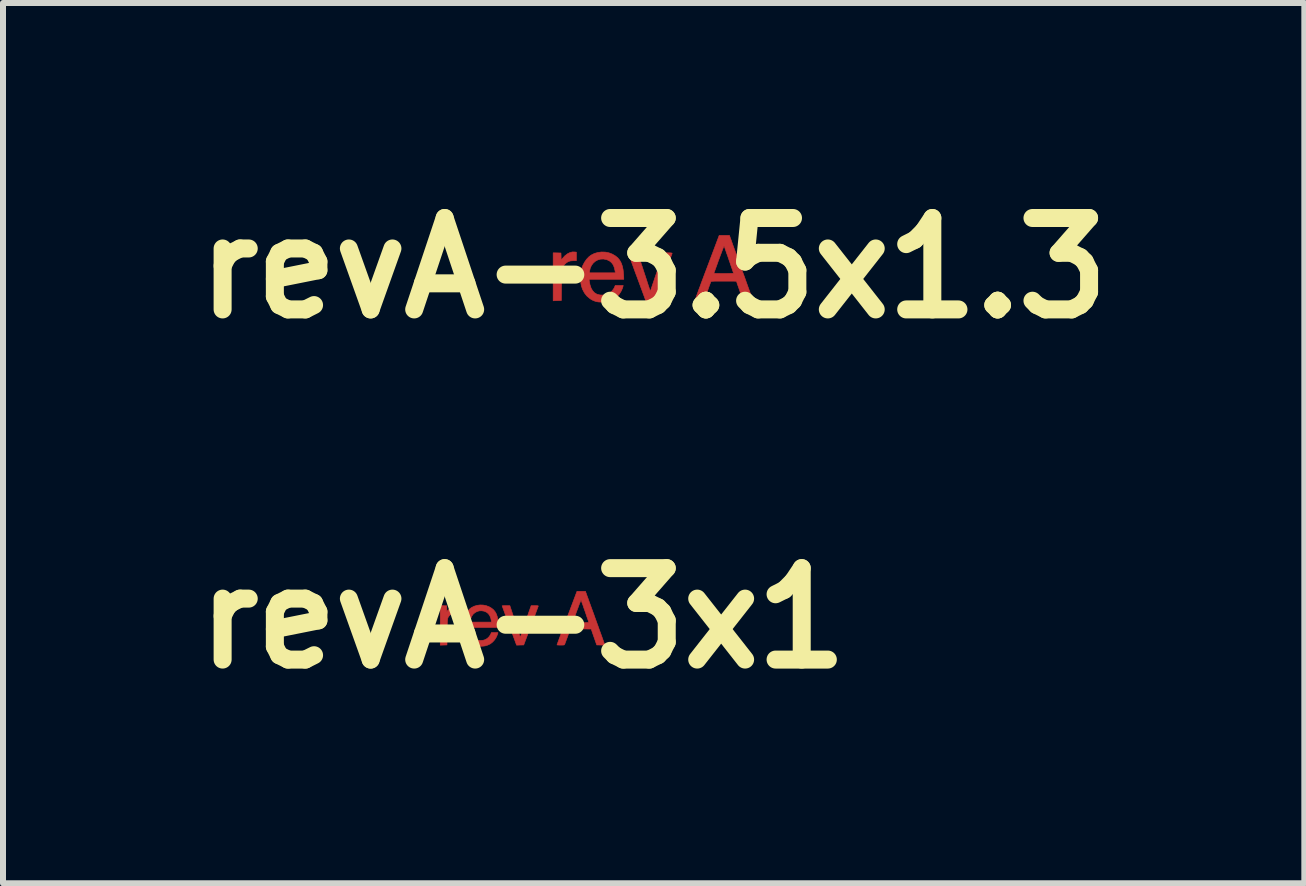
<source format=kicad_pcb>
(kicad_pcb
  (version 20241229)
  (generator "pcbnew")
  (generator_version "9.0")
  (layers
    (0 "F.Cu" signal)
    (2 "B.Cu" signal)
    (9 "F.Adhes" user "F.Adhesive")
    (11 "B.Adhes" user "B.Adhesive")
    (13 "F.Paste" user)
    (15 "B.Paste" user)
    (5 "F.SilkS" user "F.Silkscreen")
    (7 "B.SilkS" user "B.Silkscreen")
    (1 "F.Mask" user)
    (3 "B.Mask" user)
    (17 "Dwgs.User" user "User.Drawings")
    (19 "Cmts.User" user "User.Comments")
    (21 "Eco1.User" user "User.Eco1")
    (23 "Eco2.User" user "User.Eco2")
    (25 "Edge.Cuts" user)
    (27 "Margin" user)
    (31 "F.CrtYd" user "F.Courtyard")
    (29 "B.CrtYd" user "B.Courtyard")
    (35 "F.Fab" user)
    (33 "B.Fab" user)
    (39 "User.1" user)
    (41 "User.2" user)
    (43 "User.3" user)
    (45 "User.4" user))
  (footprint "revA-3x1"
    (layer "F.Cu")
    (at 5.668 7.254)
    (property "Reference" "revA-3x1" (at 0 0 0) (layer "F.SilkS") (effects (font (size 1.524 1.524) (thickness 0.3))))
    (attr through_hole)
    (fp_poly (pts (xy -1.08 -0.221) (xy -1.061 -0.218) (xy -1.061 -0.16) (xy -1.061 -0.102) (xy -1.102 -0.102) (xy -1.139 -0.099) (xy -1.17 -0.089) (xy -1.197 -0.073) (xy -1.218 -0.054) (xy -1.228 -0.043) (xy -1.237 -0.033) (xy -1.244 -0.024) (xy -1.249 -0.014) (xy -1.254 -0.002) (xy -1.257 0.013) (xy -1.26 0.032) (xy -1.261 0.055) (xy -1.263 0.084) (xy -1.264 0.12) (xy -1.264 0.163) (xy -1.265 0.215) (xy -1.265 0.232) (xy -1.268 0.446) (xy -1.38 0.449) (xy -1.38 -0.21) (xy -1.326 -0.208) (xy -1.272 -0.207) (xy -1.27 -0.109) (xy -1.251 -0.133) (xy -1.219 -0.168) (xy -1.185 -0.195) (xy -1.15 -0.213) (xy -1.115 -0.222) (xy -1.08 -0.221)) (stroke (width 0.01) (type solid)) (fill yes) (layer "F.Cu"))
    (fp_poly (pts (xy -0.167 -0.049) (xy -0.153 -0.004) (xy -0.137 0.042) (xy -0.122 0.089) (xy -0.107 0.134) (xy -0.094 0.174) (xy -0.083 0.208) (xy -0.08 0.216) (xy -0.046 0.319) (xy 0.035 0.081) (xy 0.051 0.034) (xy 0.067 -0.012) (xy 0.081 -0.054) (xy 0.094 -0.092) (xy 0.105 -0.125) (xy 0.115 -0.151) (xy 0.121 -0.171) (xy 0.125 -0.182) (xy 0.126 -0.183) (xy 0.135 -0.209) (xy 0.195 -0.209) (xy 0.221 -0.209) (xy 0.24 -0.208) (xy 0.25 -0.206) (xy 0.254 -0.204) (xy 0.254 -0.203) (xy 0.252 -0.197) (xy 0.247 -0.183) (xy 0.239 -0.161) (xy 0.228 -0.132) (xy 0.215 -0.097) (xy 0.2 -0.057) (xy 0.183 -0.011) (xy 0.165 0.038) (xy 0.145 0.09) (xy 0.132 0.125) (xy 0.011 0.446) (xy -0.048 0.447) (xy -0.108 0.449) (xy -0.228 0.122) (xy -0.248 0.068) (xy -0.267 0.016) (xy -0.285 -0.032) (xy -0.301 -0.075) (xy -0.315 -0.114) (xy -0.327 -0.147) (xy -0.337 -0.174) (xy -0.344 -0.193) (xy -0.348 -0.204) (xy -0.349 -0.206) (xy -0.344 -0.207) (xy -0.331 -0.208) (xy -0.312 -0.209) (xy -0.289 -0.209) (xy -0.284 -0.209) (xy -0.22 -0.209) (xy -0.167 -0.049)) (stroke (width 0.01) (type solid)) (fill yes) (layer "F.Cu"))
    (fp_poly (pts (xy -0.664 -0.219) (xy -0.614 -0.209) (xy -0.566 -0.191) (xy -0.564 -0.19) (xy -0.525 -0.167) (xy -0.492 -0.14) (xy -0.466 -0.108) (xy -0.445 -0.07) (xy -0.43 -0.026) (xy -0.419 0.025) (xy -0.413 0.084) (xy -0.412 0.106) (xy -0.41 0.154) (xy -0.887 0.154) (xy -0.884 0.178) (xy -0.874 0.231) (xy -0.859 0.275) (xy -0.838 0.311) (xy -0.813 0.338) (xy -0.782 0.357) (xy -0.77 0.362) (xy -0.738 0.369) (xy -0.702 0.371) (xy -0.667 0.368) (xy -0.635 0.359) (xy -0.63 0.357) (xy -0.596 0.337) (xy -0.568 0.31) (xy -0.545 0.278) (xy -0.54 0.268) (xy -0.527 0.239) (xy -0.419 0.239) (xy -0.421 0.255) (xy -0.425 0.267) (xy -0.432 0.284) (xy -0.441 0.305) (xy -0.445 0.314) (xy -0.472 0.358) (xy -0.506 0.396) (xy -0.545 0.427) (xy -0.591 0.449) (xy -0.631 0.461) (xy -0.659 0.465) (xy -0.691 0.467) (xy -0.725 0.467) (xy -0.756 0.465) (xy -0.781 0.462) (xy -0.785 0.461) (xy -0.815 0.452) (xy -0.839 0.441) (xy -0.864 0.427) (xy -0.88 0.415) (xy -0.919 0.382) (xy -0.951 0.341) (xy -0.976 0.293) (xy -0.992 0.245) (xy -0.998 0.214) (xy -1.002 0.176) (xy -1.003 0.135) (xy -1.002 0.093) (xy -1 0.065) (xy -0.883 0.065) (xy -0.527 0.065) (xy -0.529 0.041) (xy -0.539 -0.005) (xy -0.555 -0.043) (xy -0.578 -0.075) (xy -0.607 -0.099) (xy -0.643 -0.115) (xy -0.647 -0.117) (xy -0.689 -0.124) (xy -0.729 -0.123) (xy -0.766 -0.112) (xy -0.8 -0.094) (xy -0.83 -0.069) (xy -0.853 -0.037) (xy -0.87 0.001) (xy -0.88 0.041) (xy -0.883 0.065) (xy -1 0.065) (xy -0.999 0.054) (xy -0.993 0.021) (xy -0.992 0.017) (xy -0.975 -0.032) (xy -0.951 -0.079) (xy -0.921 -0.12) (xy -0.888 -0.155) (xy -0.858 -0.178) (xy -0.814 -0.2) (xy -0.766 -0.214) (xy -0.715 -0.221) (xy -0.664 -0.219)) (stroke (width 0.01) (type solid)) (fill yes) (layer "F.Cu"))
    (fp_poly (pts (xy 1.045 -0.435) (xy 1.047 -0.428) (xy 1.053 -0.413) (xy 1.061 -0.389) (xy 1.072 -0.359) (xy 1.086 -0.322) (xy 1.101 -0.278) (xy 1.119 -0.23) (xy 1.138 -0.177) (xy 1.159 -0.12) (xy 1.181 -0.06) (xy 1.203 0.003) (xy 1.205 0.007) (xy 1.227 0.069) (xy 1.249 0.129) (xy 1.269 0.186) (xy 1.288 0.238) (xy 1.306 0.287) (xy 1.321 0.329) (xy 1.334 0.366) (xy 1.345 0.397) (xy 1.353 0.42) (xy 1.358 0.435) (xy 1.36 0.441) (xy 1.36 0.441) (xy 1.358 0.444) (xy 1.353 0.446) (xy 1.342 0.447) (xy 1.325 0.448) (xy 1.3 0.447) (xy 1.294 0.447) (xy 1.228 0.446) (xy 1.182 0.314) (xy 1.17 0.28) (xy 1.159 0.249) (xy 1.15 0.222) (xy 1.143 0.201) (xy 1.138 0.187) (xy 1.136 0.181) (xy 1.136 0.181) (xy 1.131 0.18) (xy 1.117 0.18) (xy 1.096 0.18) (xy 1.068 0.18) (xy 1.035 0.179) (xy 0.997 0.179) (xy 0.962 0.179) (xy 0.915 0.179) (xy 0.878 0.179) (xy 0.849 0.18) (xy 0.826 0.18) (xy 0.81 0.181) (xy 0.799 0.182) (xy 0.791 0.183) (xy 0.787 0.185) (xy 0.785 0.187) (xy 0.784 0.188) (xy 0.782 0.195) (xy 0.776 0.21) (xy 0.769 0.231) (xy 0.759 0.258) (xy 0.748 0.289) (xy 0.739 0.314) (xy 0.727 0.346) (xy 0.716 0.376) (xy 0.706 0.402) (xy 0.699 0.422) (xy 0.694 0.435) (xy 0.692 0.439) (xy 0.688 0.443) (xy 0.683 0.446) (xy 0.672 0.447) (xy 0.655 0.448) (xy 0.631 0.448) (xy 0.628 0.448) (xy 0.604 0.448) (xy 0.585 0.447) (xy 0.572 0.446) (xy 0.566 0.445) (xy 0.568 0.439) (xy 0.573 0.426) (xy 0.58 0.404) (xy 0.591 0.375) (xy 0.604 0.339) (xy 0.62 0.297) (xy 0.637 0.249) (xy 0.657 0.197) (xy 0.678 0.141) (xy 0.7 0.081) (xy 0.705 0.068) (xy 0.828 0.068) (xy 0.829 0.07) (xy 0.835 0.072) (xy 0.847 0.073) (xy 0.866 0.074) (xy 0.892 0.074) (xy 0.926 0.075) (xy 0.961 0.075) (xy 0.998 0.075) (xy 1.031 0.074) (xy 1.059 0.073) (xy 1.079 0.072) (xy 1.092 0.071) (xy 1.096 0.07) (xy 1.094 0.065) (xy 1.09 0.051) (xy 1.083 0.03) (xy 1.074 0.004) (xy 1.063 -0.027) (xy 1.052 -0.061) (xy 1.04 -0.096) (xy 1.027 -0.133) (xy 1.014 -0.169) (xy 1.003 -0.203) (xy 0.992 -0.234) (xy 0.982 -0.26) (xy 0.975 -0.282) (xy 0.969 -0.296) (xy 0.967 -0.302) (xy 0.967 -0.302) (xy 0.965 -0.299) (xy 0.959 -0.287) (xy 0.952 -0.268) (xy 0.941 -0.242) (xy 0.929 -0.211) (xy 0.916 -0.174) (xy 0.901 -0.135) (xy 0.885 -0.092) (xy 0.869 -0.048) (xy 0.853 -0.003) (xy 0.837 0.043) (xy 0.828 0.068) (xy 0.705 0.068) (xy 0.724 0.018) (xy 0.732 -0.004) (xy 0.899 -0.448) (xy 0.969 -0.448) (xy 1.04 -0.448) (xy 1.045 -0.435)) (stroke (width 0.01) (type solid)) (fill yes) (layer "F.Cu")))
  (footprint "revA-3.5x1.3"
    (layer "F.Cu")
    (at 7.845 1.418)
    (property "Reference" "revA-3.5x1.3" (at 0 0 0) (layer "F.SilkS") (effects (font (size 1.524 1.524) (thickness 0.3))))
    (attr through_hole)
    (fp_poly (pts (xy -1.312 -0.268) (xy -1.288 -0.265) (xy -1.288 -0.194) (xy -1.288 -0.124) (xy -1.338 -0.123) (xy -1.383 -0.12) (xy -1.421 -0.109) (xy -1.454 -0.089) (xy -1.479 -0.066) (xy -1.491 -0.052) (xy -1.502 -0.041) (xy -1.51 -0.029) (xy -1.517 -0.017) (xy -1.522 -0.002) (xy -1.526 0.016) (xy -1.529 0.039) (xy -1.532 0.067) (xy -1.533 0.102) (xy -1.534 0.145) (xy -1.535 0.198) (xy -1.536 0.261) (xy -1.536 0.281) (xy -1.539 0.541) (xy -1.607 0.543) (xy -1.675 0.545) (xy -1.675 -0.254) (xy -1.61 -0.253) (xy -1.545 -0.251) (xy -1.543 -0.192) (xy -1.542 -0.133) (xy -1.519 -0.162) (xy -1.48 -0.204) (xy -1.438 -0.237) (xy -1.396 -0.258) (xy -1.353 -0.269) (xy -1.312 -0.268)) (stroke (width 0.01) (type solid)) (fill yes) (layer "F.Cu"))
    (fp_poly (pts (xy -0.203 -0.059) (xy -0.185 -0.005) (xy -0.167 0.051) (xy -0.148 0.108) (xy -0.13 0.163) (xy -0.114 0.212) (xy -0.101 0.253) (xy -0.098 0.262) (xy -0.056 0.388) (xy 0.042 0.099) (xy 0.062 0.041) (xy 0.081 -0.014) (xy 0.098 -0.065) (xy 0.114 -0.112) (xy 0.128 -0.152) (xy 0.139 -0.184) (xy 0.147 -0.208) (xy 0.152 -0.221) (xy 0.153 -0.222) (xy 0.164 -0.254) (xy 0.236 -0.254) (xy 0.269 -0.254) (xy 0.291 -0.252) (xy 0.303 -0.25) (xy 0.308 -0.247) (xy 0.308 -0.246) (xy 0.306 -0.24) (xy 0.3 -0.222) (xy 0.29 -0.196) (xy 0.277 -0.161) (xy 0.262 -0.118) (xy 0.243 -0.069) (xy 0.223 -0.014) (xy 0.2 0.046) (xy 0.176 0.11) (xy 0.161 0.151) (xy 0.013 0.541) (xy -0.059 0.543) (xy -0.131 0.545) (xy -0.277 0.149) (xy -0.302 0.083) (xy -0.325 0.02) (xy -0.346 -0.038) (xy -0.366 -0.092) (xy -0.383 -0.139) (xy -0.397 -0.179) (xy -0.409 -0.211) (xy -0.418 -0.234) (xy -0.422 -0.248) (xy -0.423 -0.251) (xy -0.418 -0.252) (xy -0.402 -0.253) (xy -0.379 -0.254) (xy -0.351 -0.254) (xy -0.345 -0.254) (xy -0.267 -0.254) (xy -0.203 -0.059)) (stroke (width 0.01) (type solid)) (fill yes) (layer "F.Cu"))
    (fp_poly (pts (xy -0.806 -0.266) (xy -0.745 -0.254) (xy -0.688 -0.232) (xy -0.685 -0.23) (xy -0.637 -0.202) (xy -0.598 -0.17) (xy -0.566 -0.131) (xy -0.541 -0.085) (xy -0.522 -0.032) (xy -0.509 0.03) (xy -0.502 0.102) (xy -0.5 0.129) (xy -0.498 0.187) (xy -1.077 0.187) (xy -1.073 0.216) (xy -1.061 0.28) (xy -1.043 0.334) (xy -1.018 0.377) (xy -0.987 0.411) (xy -0.949 0.434) (xy -0.935 0.439) (xy -0.896 0.448) (xy -0.853 0.45) (xy -0.81 0.446) (xy -0.771 0.436) (xy -0.765 0.433) (xy -0.724 0.409) (xy -0.689 0.376) (xy -0.662 0.338) (xy -0.656 0.326) (xy -0.64 0.29) (xy -0.508 0.29) (xy -0.512 0.31) (xy -0.516 0.324) (xy -0.524 0.345) (xy -0.535 0.37) (xy -0.54 0.381) (xy -0.573 0.435) (xy -0.614 0.481) (xy -0.662 0.518) (xy -0.717 0.545) (xy -0.766 0.56) (xy -0.8 0.565) (xy -0.84 0.567) (xy -0.88 0.567) (xy -0.918 0.565) (xy -0.949 0.56) (xy -0.954 0.559) (xy -0.989 0.548) (xy -1.019 0.535) (xy -1.049 0.518) (xy -1.068 0.504) (xy -1.115 0.464) (xy -1.154 0.414) (xy -1.185 0.355) (xy -1.205 0.297) (xy -1.212 0.259) (xy -1.217 0.213) (xy -1.218 0.163) (xy -1.217 0.113) (xy -1.214 0.079) (xy -1.072 0.079) (xy -0.639 0.079) (xy -0.643 0.05) (xy -0.655 -0.006) (xy -0.674 -0.053) (xy -0.702 -0.091) (xy -0.738 -0.12) (xy -0.781 -0.14) (xy -0.786 -0.141) (xy -0.836 -0.151) (xy -0.885 -0.149) (xy -0.931 -0.136) (xy -0.972 -0.114) (xy -1.007 -0.083) (xy -1.036 -0.045) (xy -1.057 0.001) (xy -1.068 0.05) (xy -1.072 0.079) (xy -1.214 0.079) (xy -1.213 0.066) (xy -1.206 0.026) (xy -1.204 0.021) (xy -1.183 -0.039) (xy -1.154 -0.095) (xy -1.119 -0.146) (xy -1.078 -0.189) (xy -1.042 -0.216) (xy -0.989 -0.243) (xy -0.93 -0.26) (xy -0.869 -0.268) (xy -0.806 -0.266)) (stroke (width 0.01) (type solid)) (fill yes) (layer "F.Cu"))
    (fp_poly (pts (xy 1.269 -0.528) (xy 1.272 -0.52) (xy 1.278 -0.501) (xy 1.289 -0.473) (xy 1.302 -0.436) (xy 1.318 -0.39) (xy 1.337 -0.338) (xy 1.359 -0.279) (xy 1.382 -0.215) (xy 1.407 -0.146) (xy 1.434 -0.073) (xy 1.461 0.003) (xy 1.463 0.008) (xy 1.49 0.084) (xy 1.517 0.157) (xy 1.541 0.226) (xy 1.564 0.29) (xy 1.585 0.348) (xy 1.604 0.4) (xy 1.62 0.445) (xy 1.633 0.482) (xy 1.642 0.51) (xy 1.649 0.528) (xy 1.651 0.536) (xy 1.651 0.536) (xy 1.649 0.539) (xy 1.643 0.542) (xy 1.63 0.543) (xy 1.609 0.543) (xy 1.578 0.543) (xy 1.571 0.543) (xy 1.491 0.541) (xy 1.435 0.381) (xy 1.421 0.339) (xy 1.408 0.302) (xy 1.396 0.27) (xy 1.388 0.244) (xy 1.382 0.227) (xy 1.379 0.219) (xy 1.379 0.219) (xy 1.373 0.219) (xy 1.357 0.219) (xy 1.331 0.218) (xy 1.297 0.218) (xy 1.256 0.218) (xy 1.21 0.218) (xy 1.168 0.218) (xy 1.112 0.218) (xy 1.066 0.218) (xy 1.03 0.218) (xy 1.003 0.219) (xy 0.983 0.22) (xy 0.97 0.221) (xy 0.961 0.222) (xy 0.956 0.224) (xy 0.953 0.227) (xy 0.953 0.228) (xy 0.949 0.237) (xy 0.943 0.255) (xy 0.933 0.281) (xy 0.921 0.314) (xy 0.908 0.351) (xy 0.897 0.381) (xy 0.883 0.42) (xy 0.869 0.457) (xy 0.858 0.488) (xy 0.848 0.512) (xy 0.842 0.528) (xy 0.84 0.534) (xy 0.836 0.538) (xy 0.829 0.541) (xy 0.816 0.543) (xy 0.796 0.544) (xy 0.766 0.544) (xy 0.762 0.544) (xy 0.734 0.544) (xy 0.711 0.543) (xy 0.694 0.542) (xy 0.688 0.54) (xy 0.69 0.534) (xy 0.695 0.517) (xy 0.705 0.49) (xy 0.718 0.455) (xy 0.734 0.411) (xy 0.752 0.36) (xy 0.774 0.303) (xy 0.797 0.239) (xy 0.823 0.171) (xy 0.85 0.098) (xy 0.856 0.083) (xy 1.005 0.083) (xy 1.007 0.085) (xy 1.014 0.087) (xy 1.029 0.089) (xy 1.051 0.09) (xy 1.083 0.09) (xy 1.124 0.091) (xy 1.167 0.091) (xy 1.212 0.091) (xy 1.252 0.09) (xy 1.285 0.089) (xy 1.31 0.088) (xy 1.326 0.087) (xy 1.33 0.085) (xy 1.329 0.078) (xy 1.323 0.062) (xy 1.315 0.037) (xy 1.304 0.005) (xy 1.291 -0.032) (xy 1.277 -0.074) (xy 1.262 -0.117) (xy 1.247 -0.161) (xy 1.232 -0.205) (xy 1.217 -0.246) (xy 1.204 -0.284) (xy 1.193 -0.316) (xy 1.184 -0.342) (xy 1.177 -0.359) (xy 1.174 -0.367) (xy 1.174 -0.367) (xy 1.171 -0.363) (xy 1.165 -0.349) (xy 1.155 -0.325) (xy 1.143 -0.294) (xy 1.129 -0.256) (xy 1.112 -0.212) (xy 1.094 -0.163) (xy 1.075 -0.112) (xy 1.056 -0.058) (xy 1.036 -0.003) (xy 1.016 0.052) (xy 1.005 0.083) (xy 0.856 0.083) (xy 0.879 0.022) (xy 0.889 -0.004) (xy 1.092 -0.544) (xy 1.177 -0.544) (xy 1.263 -0.544) (xy 1.269 -0.528)) (stroke (width 0.01) (type solid)) (fill yes) (layer "F.Cu")))
  (gr_rect
    (start -3 -3)
    (end 18.69 11.672)
    (stroke (width 0.1) (type default))
    (fill no)
    (layer "Edge.Cuts")))
</source>
